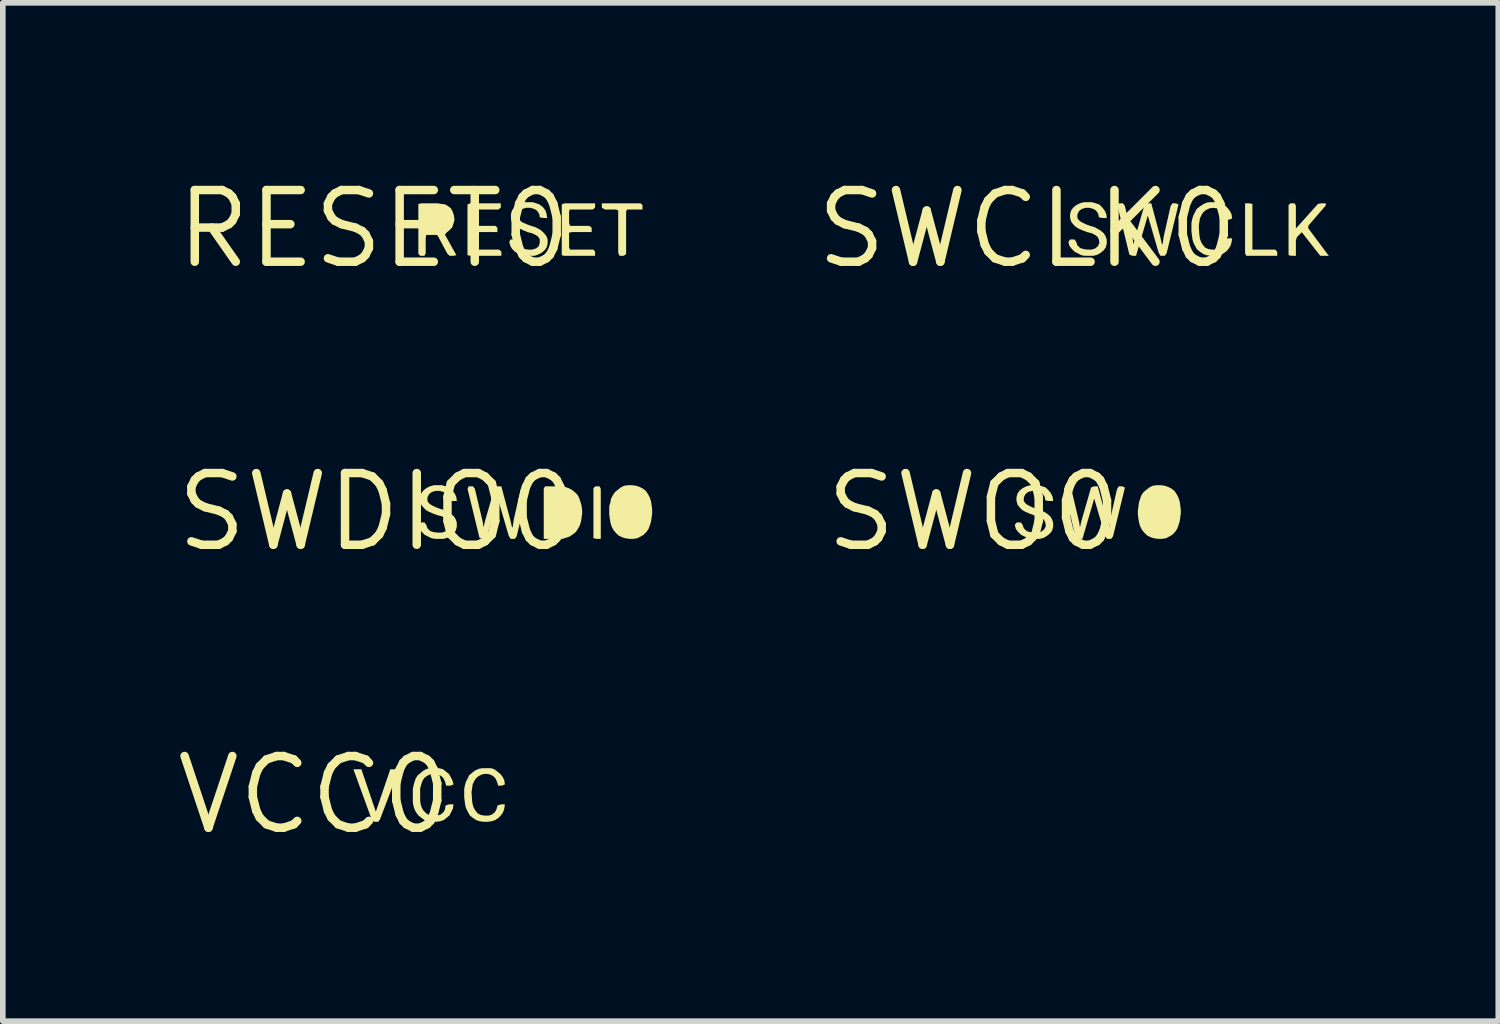
<source format=kicad_pcb>
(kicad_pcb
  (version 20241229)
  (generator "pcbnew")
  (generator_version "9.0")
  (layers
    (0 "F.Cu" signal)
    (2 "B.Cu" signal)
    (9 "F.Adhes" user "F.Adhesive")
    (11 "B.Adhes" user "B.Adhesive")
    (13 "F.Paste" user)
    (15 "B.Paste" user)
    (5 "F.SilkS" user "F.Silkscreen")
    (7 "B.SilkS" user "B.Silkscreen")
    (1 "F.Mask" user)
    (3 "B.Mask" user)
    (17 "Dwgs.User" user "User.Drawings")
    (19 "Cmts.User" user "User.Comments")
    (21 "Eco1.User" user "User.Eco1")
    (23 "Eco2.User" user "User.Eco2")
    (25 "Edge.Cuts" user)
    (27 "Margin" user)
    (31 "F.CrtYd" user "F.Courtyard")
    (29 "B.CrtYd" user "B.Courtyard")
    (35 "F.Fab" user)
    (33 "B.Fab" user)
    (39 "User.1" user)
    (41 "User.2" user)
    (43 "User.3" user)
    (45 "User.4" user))
  (footprint "RESET0"
    (layer "F.Cu")
    (at 3.575 1.006)
    (property "Reference" "RESET0" (at 0 0 0) (layer "F.SilkS") (effects (font (size 1.27 1.27) (thickness 0.15))))
    (fp_poly (pts (xy 4.755 -0.422) (xy 4.755 -0.345) (xy 4.483 -0.345) (xy 4.465 -0.309) (xy 4.465 0.443) (xy 4.422 0.475) (xy 4.347 0.475) (xy 4.325 0.421) (xy 4.325 -0.327) (xy 4.289 -0.345) (xy 4.089 -0.345) (xy 4.035 -0.377) (xy 4.035 -0.455) (xy 4.722 -0.455)) (stroke (width 0) (type solid)) (fill yes) (layer "F.SilkS"))
    (fp_poly (pts (xy 2.245 -0.378) (xy 2.202 -0.345) (xy 1.803 -0.345) (xy 1.785 -0.299) (xy 1.785 -0.101) (xy 1.813 -0.055) (xy 2.152 -0.055) (xy 2.185 -0.022) (xy 2.185 0.055) (xy 1.84 0.055) (xy 1.785 0.064) (xy 1.785 0.329) (xy 1.803 0.365) (xy 2.212 0.365) (xy 2.255 0.398) (xy 2.255 0.475) (xy 1.71 0.475) (xy 1.655 0.464) (xy 1.655 -0.433) (xy 1.699 -0.455) (xy 2.245 -0.455)) (stroke (width 0) (type solid)) (fill yes) (layer "F.SilkS"))
    (fp_poly (pts (xy 3.915 -0.378) (xy 3.872 -0.345) (xy 3.464 -0.345) (xy 3.455 -0.3) (xy 3.455 -0.101) (xy 3.473 -0.055) (xy 3.812 -0.055) (xy 3.855 -0.022) (xy 3.855 0.055) (xy 3.51 0.055) (xy 3.455 0.064) (xy 3.455 0.329) (xy 3.473 0.365) (xy 3.882 0.365) (xy 3.915 0.398) (xy 3.915 0.475) (xy 3.369 0.475) (xy 3.325 0.464) (xy 3.325 -0.433) (xy 3.369 -0.455) (xy 3.915 -0.455)) (stroke (width 0) (type solid)) (fill yes) (layer "F.SilkS"))
    (fp_poly (pts (xy 1.191 -0.445) (xy 1.262 -0.435) (xy 1.313 -0.404) (xy 1.364 -0.363) (xy 1.395 -0.302) (xy 1.415 -0.241) (xy 1.425 -0.16) (xy 1.405 -0.089) (xy 1.384 -0.027) (xy 1.333 0.024) (xy 1.284 0.064) (xy 1.256 0.1) (xy 1.458 0.463) (xy 1.411 0.475) (xy 1.338 0.475) (xy 1.296 0.433) (xy 1.136 0.133) (xy 1.117 0.105) (xy 0.924 0.105) (xy 0.915 0.16) (xy 0.915 0.431) (xy 0.893 0.475) (xy 0.818 0.475) (xy 0.785 0.442) (xy 0.785 -0.444) (xy 0.84 -0.455) (xy 1.12 -0.455)) (stroke (width 0) (type solid)) (fill yes) (layer "F.SilkS"))
    (fp_poly (pts (xy 2.872 -0.455) (xy 2.932 -0.434) (xy 2.994 -0.384) (xy 3.034 -0.332) (xy 3.055 -0.271) (xy 3.066 -0.195) (xy 3 -0.195) (xy 2.936 -0.206) (xy 2.925 -0.268) (xy 2.886 -0.326) (xy 2.838 -0.355) (xy 2.769 -0.375) (xy 2.691 -0.375) (xy 2.632 -0.356) (xy 2.584 -0.317) (xy 2.555 -0.259) (xy 2.555 -0.192) (xy 2.594 -0.144) (xy 2.633 -0.114) (xy 2.702 -0.085) (xy 2.782 -0.055) (xy 2.852 -0.035) (xy 2.912 -0.004) (xy 2.963 0.026) (xy 3.014 0.077) (xy 3.054 0.128) (xy 3.075 0.189) (xy 3.075 0.261) (xy 3.055 0.332) (xy 3.014 0.384) (xy 2.963 0.424) (xy 2.902 0.455) (xy 2.841 0.475) (xy 2.69 0.475) (xy 2.618 0.465) (xy 2.497 0.404) (xy 2.446 0.353) (xy 2.415 0.302) (xy 2.395 0.23) (xy 2.417 0.185) (xy 2.493 0.185) (xy 2.524 0.227) (xy 2.554 0.287) (xy 2.603 0.336) (xy 2.661 0.355) (xy 2.73 0.365) (xy 2.799 0.365) (xy 2.868 0.345) (xy 2.916 0.307) (xy 2.935 0.249) (xy 2.935 0.181) (xy 2.906 0.134) (xy 2.858 0.104) (xy 2.798 0.075) (xy 2.718 0.055) (xy 2.648 0.025) (xy 2.578 -0.006) (xy 2.527 -0.036) (xy 2.476 -0.076) (xy 2.435 -0.128) (xy 2.425 -0.2) (xy 2.425 -0.261) (xy 2.445 -0.332) (xy 2.486 -0.384) (xy 2.537 -0.424) (xy 2.598 -0.455) (xy 2.659 -0.475) (xy 2.811 -0.475)) (stroke (width 0) (type solid)) (fill yes) (layer "F.SilkS")))
  (footprint "SWCLK0"
    (layer "F.Cu")
    (at 15.148 1.006)
    (property "Reference" "SWCLK0" (at 0 0 0) (layer "F.SilkS") (effects (font (size 1.27 1.27) (thickness 0.15))))
    (fp_poly (pts (xy 3.985 -0.444) (xy 3.985 0.365) (xy 4.393 0.365) (xy 4.425 0.408) (xy 4.425 0.475) (xy 3.877 0.475) (xy 3.855 0.431) (xy 3.855 -0.455) (xy 3.93 -0.455)) (stroke (width 0) (type solid)) (fill yes) (layer "F.SilkS"))
    (fp_poly (pts (xy 4.755 -0.411) (xy 4.755 -0.012) (xy 4.786 -0.043) (xy 5.147 -0.445) (xy 5.21 -0.455) (xy 5.285 -0.455) (xy 5.285 -0.418) (xy 4.975 -0.058) (xy 4.975 -0.012) (xy 5.294 0.417) (xy 5.34 0.475) (xy 5.188 0.475) (xy 5.146 0.423) (xy 4.86 0.058) (xy 4.774 0.143) (xy 4.755 0.201) (xy 4.755 0.475) (xy 4.68 0.475) (xy 4.625 0.464) (xy 4.625 -0.422) (xy 4.658 -0.455) (xy 4.733 -0.455)) (stroke (width 0) (type solid)) (fill yes) (layer "F.SilkS"))
    (fp_poly (pts (xy 1.725 -0.412) (xy 1.865 0.179) (xy 1.875 0.249) (xy 1.88 0.269) (xy 1.905 0.159) (xy 2.076 -0.434) (xy 2.129 -0.455) (xy 2.194 -0.455) (xy 2.355 0.149) (xy 2.383 0.273) (xy 2.395 0.267) (xy 2.405 0.199) (xy 2.415 0.129) (xy 2.535 -0.402) (xy 2.567 -0.455) (xy 2.631 -0.455) (xy 2.676 -0.433) (xy 2.465 0.432) (xy 2.433 0.475) (xy 2.357 0.475) (xy 2.325 0.422) (xy 2.135 -0.228) (xy 2.131 -0.236) (xy 2.115 -0.179) (xy 1.924 0.475) (xy 1.859 0.475) (xy 1.806 0.454) (xy 1.595 -0.411) (xy 1.617 -0.455) (xy 1.692 -0.455)) (stroke (width 0) (type solid)) (fill yes) (layer "F.SilkS"))
    (fp_poly (pts (xy 3.442 -0.455) (xy 3.503 -0.414) (xy 3.544 -0.373) (xy 3.584 -0.323) (xy 3.615 -0.262) (xy 3.626 -0.187) (xy 3.571 -0.165) (xy 3.506 -0.165) (xy 3.485 -0.238) (xy 3.456 -0.297) (xy 3.417 -0.336) (xy 3.358 -0.365) (xy 3.29 -0.375) (xy 3.222 -0.365) (xy 3.163 -0.336) (xy 3.114 -0.297) (xy 3.084 -0.248) (xy 3.055 -0.188) (xy 3.035 -0.05) (xy 3.045 0.099) (xy 3.055 0.169) (xy 3.075 0.228) (xy 3.104 0.277) (xy 3.143 0.326) (xy 3.202 0.355) (xy 3.27 0.365) (xy 3.339 0.365) (xy 3.407 0.346) (xy 3.446 0.307) (xy 3.475 0.258) (xy 3.496 0.186) (xy 3.559 0.165) (xy 3.626 0.165) (xy 3.615 0.241) (xy 3.595 0.302) (xy 3.554 0.363) (xy 3.513 0.404) (xy 3.452 0.445) (xy 3.391 0.465) (xy 3.32 0.475) (xy 3.25 0.475) (xy 3.179 0.465) (xy 3.118 0.445) (xy 3.057 0.404) (xy 3.006 0.363) (xy 2.976 0.312) (xy 2.945 0.252) (xy 2.925 0.191) (xy 2.915 0.121) (xy 2.905 0.04) (xy 2.905 -0.1) (xy 2.915 -0.161) (xy 2.935 -0.232) (xy 2.996 -0.353) (xy 3.047 -0.394) (xy 3.107 -0.434) (xy 3.168 -0.465) (xy 3.23 -0.475) (xy 3.381 -0.475)) (stroke (width 0) (type solid)) (fill yes) (layer "F.SilkS"))
    (fp_poly (pts (xy 1.211 -0.455) (xy 1.273 -0.434) (xy 1.324 -0.383) (xy 1.364 -0.333) (xy 1.395 -0.272) (xy 1.406 -0.195) (xy 1.33 -0.195) (xy 1.266 -0.206) (xy 1.255 -0.268) (xy 1.216 -0.326) (xy 1.168 -0.355) (xy 1.099 -0.375) (xy 1.031 -0.375) (xy 0.962 -0.355) (xy 0.914 -0.317) (xy 0.885 -0.259) (xy 0.885 -0.192) (xy 0.923 -0.144) (xy 0.972 -0.114) (xy 1.032 -0.085) (xy 1.112 -0.055) (xy 1.182 -0.035) (xy 1.242 -0.004) (xy 1.293 0.026) (xy 1.354 0.077) (xy 1.385 0.128) (xy 1.405 0.189) (xy 1.405 0.261) (xy 1.385 0.332) (xy 1.344 0.384) (xy 1.293 0.424) (xy 1.242 0.455) (xy 1.171 0.475) (xy 1.02 0.475) (xy 0.958 0.465) (xy 0.837 0.404) (xy 0.786 0.353) (xy 0.745 0.302) (xy 0.725 0.229) (xy 0.757 0.185) (xy 0.833 0.185) (xy 0.864 0.228) (xy 0.884 0.287) (xy 0.933 0.336) (xy 0.991 0.355) (xy 1.06 0.365) (xy 1.139 0.365) (xy 1.198 0.346) (xy 1.246 0.307) (xy 1.275 0.249) (xy 1.265 0.182) (xy 1.236 0.133) (xy 1.197 0.104) (xy 1.138 0.075) (xy 1.059 0.055) (xy 0.978 0.025) (xy 0.908 -0.006) (xy 0.857 -0.036) (xy 0.816 -0.077) (xy 0.775 -0.128) (xy 0.755 -0.199) (xy 0.755 -0.261) (xy 0.775 -0.332) (xy 0.816 -0.384) (xy 0.867 -0.424) (xy 0.928 -0.455) (xy 0.999 -0.475) (xy 1.141 -0.475)) (stroke (width 0) (type solid)) (fill yes) (layer "F.SilkS")))
  (footprint "VCC0"
    (layer "F.Cu")
    (at 2.517 11.031)
    (property "Reference" "VCC0" (at 0 0 0) (layer "F.SilkS") (effects (font (size 1.27 1.27) (thickness 0.15))))
    (fp_poly (pts (xy 1.09 0.295) (xy 1.346 -0.455) (xy 1.497 -0.455) (xy 1.475 -0.388) (xy 1.164 0.432) (xy 1.133 0.475) (xy 1.058 0.475) (xy 1.016 0.433) (xy 0.693 -0.455) (xy 0.834 -0.455)) (stroke (width 0) (type solid)) (fill yes) (layer "F.SilkS"))
    (fp_poly (pts (xy 2.282 -0.455) (xy 2.333 -0.414) (xy 2.384 -0.373) (xy 2.414 -0.322) (xy 2.445 -0.262) (xy 2.466 -0.187) (xy 2.411 -0.165) (xy 2.336 -0.165) (xy 2.315 -0.238) (xy 2.286 -0.297) (xy 2.247 -0.336) (xy 2.198 -0.365) (xy 2.12 -0.375) (xy 2.052 -0.365) (xy 1.993 -0.336) (xy 1.944 -0.297) (xy 1.915 -0.248) (xy 1.895 -0.189) (xy 1.875 -0.119) (xy 1.875 0.1) (xy 1.885 0.169) (xy 1.905 0.228) (xy 1.934 0.277) (xy 1.983 0.326) (xy 2.032 0.355) (xy 2.1 0.365) (xy 2.179 0.365) (xy 2.238 0.346) (xy 2.286 0.307) (xy 2.315 0.258) (xy 2.325 0.186) (xy 2.389 0.165) (xy 2.466 0.165) (xy 2.455 0.242) (xy 2.394 0.363) (xy 2.343 0.404) (xy 2.292 0.444) (xy 2.231 0.465) (xy 2.16 0.475) (xy 2.08 0.475) (xy 2.009 0.465) (xy 1.948 0.444) (xy 1.897 0.404) (xy 1.846 0.364) (xy 1.806 0.313) (xy 1.775 0.252) (xy 1.755 0.191) (xy 1.745 0.12) (xy 1.745 -0.1) (xy 1.755 -0.161) (xy 1.775 -0.231) (xy 1.795 -0.292) (xy 1.836 -0.353) (xy 1.887 -0.394) (xy 1.937 -0.434) (xy 1.998 -0.465) (xy 2.07 -0.475) (xy 2.211 -0.475)) (stroke (width 0) (type solid)) (fill yes) (layer "F.SilkS"))
    (fp_poly (pts (xy 3.192 -0.454) (xy 3.243 -0.414) (xy 3.294 -0.374) (xy 3.334 -0.323) (xy 3.365 -0.262) (xy 3.376 -0.187) (xy 3.321 -0.165) (xy 3.256 -0.165) (xy 3.235 -0.238) (xy 3.206 -0.297) (xy 3.167 -0.336) (xy 3.108 -0.365) (xy 3.04 -0.375) (xy 2.972 -0.365) (xy 2.913 -0.336) (xy 2.864 -0.297) (xy 2.834 -0.248) (xy 2.805 -0.188) (xy 2.785 -0.05) (xy 2.795 0.099) (xy 2.805 0.169) (xy 2.825 0.228) (xy 2.854 0.277) (xy 2.893 0.326) (xy 2.952 0.355) (xy 3.02 0.365) (xy 3.089 0.365) (xy 3.148 0.346) (xy 3.196 0.307) (xy 3.225 0.258) (xy 3.246 0.186) (xy 3.309 0.165) (xy 3.376 0.165) (xy 3.365 0.241) (xy 3.345 0.302) (xy 3.304 0.363) (xy 3.263 0.404) (xy 3.202 0.445) (xy 3.141 0.465) (xy 3.07 0.475) (xy 3 0.475) (xy 2.929 0.465) (xy 2.868 0.445) (xy 2.807 0.404) (xy 2.756 0.363) (xy 2.726 0.312) (xy 2.695 0.252) (xy 2.675 0.191) (xy 2.665 0.121) (xy 2.655 0.04) (xy 2.655 -0.1) (xy 2.665 -0.161) (xy 2.685 -0.232) (xy 2.746 -0.353) (xy 2.797 -0.394) (xy 2.847 -0.434) (xy 2.919 -0.465) (xy 2.98 -0.475) (xy 3.131 -0.475)) (stroke (width 0) (type solid)) (fill yes) (layer "F.SilkS")))
  (footprint "SWDIO0"
    (layer "F.Cu")
    (at 3.636 6.019)
    (property "Reference" "SWDIO0" (at 0 0 0) (layer "F.SilkS") (effects (font (size 1.27 1.27) (thickness 0.15))))
    (fp_poly (pts (xy 3.955 -0.411) (xy 3.955 0.475) (xy 3.88 0.475) (xy 3.825 0.464) (xy 3.825 -0.422) (xy 3.858 -0.455) (xy 3.933 -0.455)) (stroke (width 0) (type solid)) (fill yes) (layer "F.SilkS"))
    (fp_poly (pts (xy 3.321 -0.445) (xy 3.377 -0.426) (xy 3.377 -0.427) (xy 3.382 -0.425) (xy 3.387 -0.423) (xy 3.387 -0.422) (xy 3.443 -0.394) (xy 3.493 -0.354) (xy 3.544 -0.303) (xy 3.575 -0.242) (xy 3.595 -0.181) (xy 3.615 -0.111) (xy 3.625 -0.04) (xy 3.625 0.03) (xy 3.615 0.101) (xy 3.605 0.171) (xy 3.585 0.232) (xy 3.554 0.293) (xy 3.514 0.353) (xy 3.463 0.394) (xy 3.402 0.435) (xy 3.342 0.455) (xy 3.281 0.475) (xy 2.945 0.475) (xy 2.945 -0.411) (xy 2.967 -0.455) (xy 3.25 -0.455)) (stroke (width 0) (type solid)) (fill yes) (layer "F.SilkS"))
    (fp_poly (pts (xy 1.725 -0.412) (xy 1.865 0.179) (xy 1.875 0.249) (xy 1.88 0.269) (xy 1.905 0.159) (xy 2.076 -0.434) (xy 2.129 -0.455) (xy 2.194 -0.455) (xy 2.355 0.149) (xy 2.383 0.273) (xy 2.395 0.267) (xy 2.405 0.199) (xy 2.415 0.129) (xy 2.535 -0.402) (xy 2.567 -0.455) (xy 2.631 -0.455) (xy 2.676 -0.433) (xy 2.465 0.432) (xy 2.433 0.475) (xy 2.357 0.475) (xy 2.325 0.422) (xy 2.135 -0.228) (xy 2.131 -0.236) (xy 2.115 -0.179) (xy 1.924 0.475) (xy 1.859 0.475) (xy 1.806 0.454) (xy 1.595 -0.411) (xy 1.617 -0.455) (xy 1.692 -0.455)) (stroke (width 0) (type solid)) (fill yes) (layer "F.SilkS"))
    (fp_poly (pts (xy 4.581 -0.465) (xy 4.642 -0.445) (xy 4.703 -0.414) (xy 4.754 -0.373) (xy 4.794 -0.313) (xy 4.825 -0.252) (xy 4.845 -0.191) (xy 4.855 -0.121) (xy 4.865 -0.05) (xy 4.865 0.03) (xy 4.855 0.101) (xy 4.845 0.171) (xy 4.825 0.232) (xy 4.805 0.292) (xy 4.764 0.353) (xy 4.713 0.404) (xy 4.662 0.434) (xy 4.602 0.465) (xy 4.53 0.475) (xy 4.46 0.475) (xy 4.394 0.466) (xy 4.394 0.467) (xy 4.389 0.465) (xy 4.384 0.464) (xy 4.384 0.463) (xy 4.328 0.445) (xy 4.267 0.414) (xy 4.216 0.363) (xy 4.176 0.313) (xy 4.145 0.252) (xy 4.125 0.181) (xy 4.115 0.121) (xy 4.105 0.04) (xy 4.105 -0.101) (xy 4.125 -0.171) (xy 4.135 -0.232) (xy 4.166 -0.293) (xy 4.206 -0.353) (xy 4.257 -0.394) (xy 4.307 -0.434) (xy 4.368 -0.465) (xy 4.44 -0.475) (xy 4.51 -0.475)) (stroke (width 0) (type solid)) (fill yes) (layer "F.SilkS"))
    (fp_poly (pts (xy 1.211 -0.455) (xy 1.273 -0.434) (xy 1.324 -0.383) (xy 1.364 -0.333) (xy 1.395 -0.272) (xy 1.406 -0.195) (xy 1.33 -0.195) (xy 1.266 -0.206) (xy 1.255 -0.268) (xy 1.216 -0.326) (xy 1.168 -0.355) (xy 1.099 -0.375) (xy 1.031 -0.375) (xy 0.962 -0.355) (xy 0.914 -0.317) (xy 0.885 -0.259) (xy 0.885 -0.192) (xy 0.923 -0.144) (xy 0.972 -0.114) (xy 1.032 -0.085) (xy 1.112 -0.055) (xy 1.182 -0.035) (xy 1.242 -0.004) (xy 1.293 0.026) (xy 1.354 0.077) (xy 1.385 0.128) (xy 1.405 0.189) (xy 1.405 0.261) (xy 1.385 0.332) (xy 1.344 0.384) (xy 1.293 0.424) (xy 1.242 0.455) (xy 1.171 0.475) (xy 1.02 0.475) (xy 0.958 0.465) (xy 0.837 0.404) (xy 0.786 0.353) (xy 0.745 0.302) (xy 0.725 0.229) (xy 0.757 0.185) (xy 0.833 0.185) (xy 0.864 0.228) (xy 0.884 0.287) (xy 0.933 0.336) (xy 0.991 0.355) (xy 1.06 0.365) (xy 1.139 0.365) (xy 1.198 0.346) (xy 1.246 0.307) (xy 1.275 0.249) (xy 1.265 0.182) (xy 1.236 0.133) (xy 1.197 0.104) (xy 1.138 0.075) (xy 1.059 0.055) (xy 0.978 0.025) (xy 0.908 -0.006) (xy 0.857 -0.036) (xy 0.816 -0.077) (xy 0.775 -0.128) (xy 0.755 -0.199) (xy 0.755 -0.261) (xy 0.775 -0.332) (xy 0.816 -0.384) (xy 0.867 -0.424) (xy 0.928 -0.455) (xy 0.999 -0.475) (xy 1.141 -0.475)) (stroke (width 0) (type solid)) (fill yes) (layer "F.SilkS")))
  (footprint "SWO0"
    (layer "F.Cu")
    (at 14.199 6.019)
    (property "Reference" "SWO0" (at 0 0 0) (layer "F.SilkS") (effects (font (size 1.27 1.27) (thickness 0.15))))
    (fp_poly (pts (xy 1.725 -0.412) (xy 1.865 0.179) (xy 1.875 0.249) (xy 1.88 0.269) (xy 1.905 0.159) (xy 2.076 -0.434) (xy 2.129 -0.455) (xy 2.194 -0.455) (xy 2.355 0.149) (xy 2.383 0.273) (xy 2.395 0.267) (xy 2.405 0.199) (xy 2.415 0.129) (xy 2.535 -0.402) (xy 2.567 -0.455) (xy 2.631 -0.455) (xy 2.676 -0.433) (xy 2.465 0.432) (xy 2.433 0.475) (xy 2.357 0.475) (xy 2.325 0.422) (xy 2.135 -0.228) (xy 2.131 -0.236) (xy 2.115 -0.179) (xy 1.924 0.475) (xy 1.859 0.475) (xy 1.806 0.454) (xy 1.595 -0.411) (xy 1.617 -0.455) (xy 1.692 -0.455)) (stroke (width 0) (type solid)) (fill yes) (layer "F.SilkS"))
    (fp_poly (pts (xy 3.381 -0.465) (xy 3.442 -0.445) (xy 3.503 -0.414) (xy 3.554 -0.373) (xy 3.594 -0.313) (xy 3.625 -0.252) (xy 3.645 -0.191) (xy 3.655 -0.121) (xy 3.665 -0.05) (xy 3.665 0.03) (xy 3.655 0.101) (xy 3.645 0.171) (xy 3.625 0.232) (xy 3.605 0.292) (xy 3.564 0.353) (xy 3.513 0.404) (xy 3.462 0.434) (xy 3.402 0.465) (xy 3.33 0.475) (xy 3.26 0.475) (xy 3.194 0.466) (xy 3.193 0.466) (xy 3.189 0.465) (xy 3.184 0.464) (xy 3.184 0.463) (xy 3.128 0.445) (xy 3.067 0.414) (xy 3.016 0.363) (xy 2.976 0.313) (xy 2.945 0.252) (xy 2.925 0.181) (xy 2.915 0.121) (xy 2.905 0.04) (xy 2.905 -0.02) (xy 2.915 -0.101) (xy 2.925 -0.171) (xy 2.945 -0.232) (xy 2.965 -0.292) (xy 3.006 -0.353) (xy 3.057 -0.394) (xy 3.107 -0.434) (xy 3.168 -0.465) (xy 3.24 -0.475) (xy 3.31 -0.475)) (stroke (width 0) (type solid)) (fill yes) (layer "F.SilkS"))
    (fp_poly (pts (xy 1.211 -0.455) (xy 1.273 -0.434) (xy 1.324 -0.383) (xy 1.364 -0.333) (xy 1.395 -0.272) (xy 1.406 -0.195) (xy 1.33 -0.195) (xy 1.266 -0.206) (xy 1.255 -0.268) (xy 1.216 -0.326) (xy 1.168 -0.355) (xy 1.099 -0.375) (xy 1.031 -0.375) (xy 0.962 -0.355) (xy 0.914 -0.317) (xy 0.885 -0.259) (xy 0.885 -0.192) (xy 0.923 -0.144) (xy 0.972 -0.114) (xy 1.032 -0.085) (xy 1.112 -0.055) (xy 1.182 -0.035) (xy 1.242 -0.004) (xy 1.293 0.026) (xy 1.354 0.077) (xy 1.385 0.128) (xy 1.405 0.189) (xy 1.405 0.261) (xy 1.385 0.332) (xy 1.344 0.384) (xy 1.293 0.424) (xy 1.242 0.455) (xy 1.171 0.475) (xy 1.02 0.475) (xy 0.958 0.465) (xy 0.837 0.404) (xy 0.786 0.353) (xy 0.745 0.302) (xy 0.725 0.229) (xy 0.757 0.185) (xy 0.833 0.185) (xy 0.864 0.228) (xy 0.884 0.287) (xy 0.933 0.336) (xy 0.991 0.355) (xy 1.06 0.365) (xy 1.139 0.365) (xy 1.198 0.346) (xy 1.246 0.307) (xy 1.275 0.249) (xy 1.265 0.182) (xy 1.236 0.133) (xy 1.197 0.104) (xy 1.138 0.075) (xy 1.059 0.055) (xy 0.978 0.025) (xy 0.908 -0.006) (xy 0.857 -0.036) (xy 0.816 -0.077) (xy 0.775 -0.128) (xy 0.755 -0.199) (xy 0.755 -0.261) (xy 0.775 -0.332) (xy 0.816 -0.384) (xy 0.867 -0.424) (xy 0.928 -0.455) (xy 0.999 -0.475) (xy 1.141 -0.475)) (stroke (width 0) (type solid)) (fill yes) (layer "F.SilkS")))
  (gr_rect
    (start -3 -3)
    (end 23.488 15.037)
    (stroke (width 0.1) (type default))
    (fill no)
    (layer "Edge.Cuts")))
</source>
